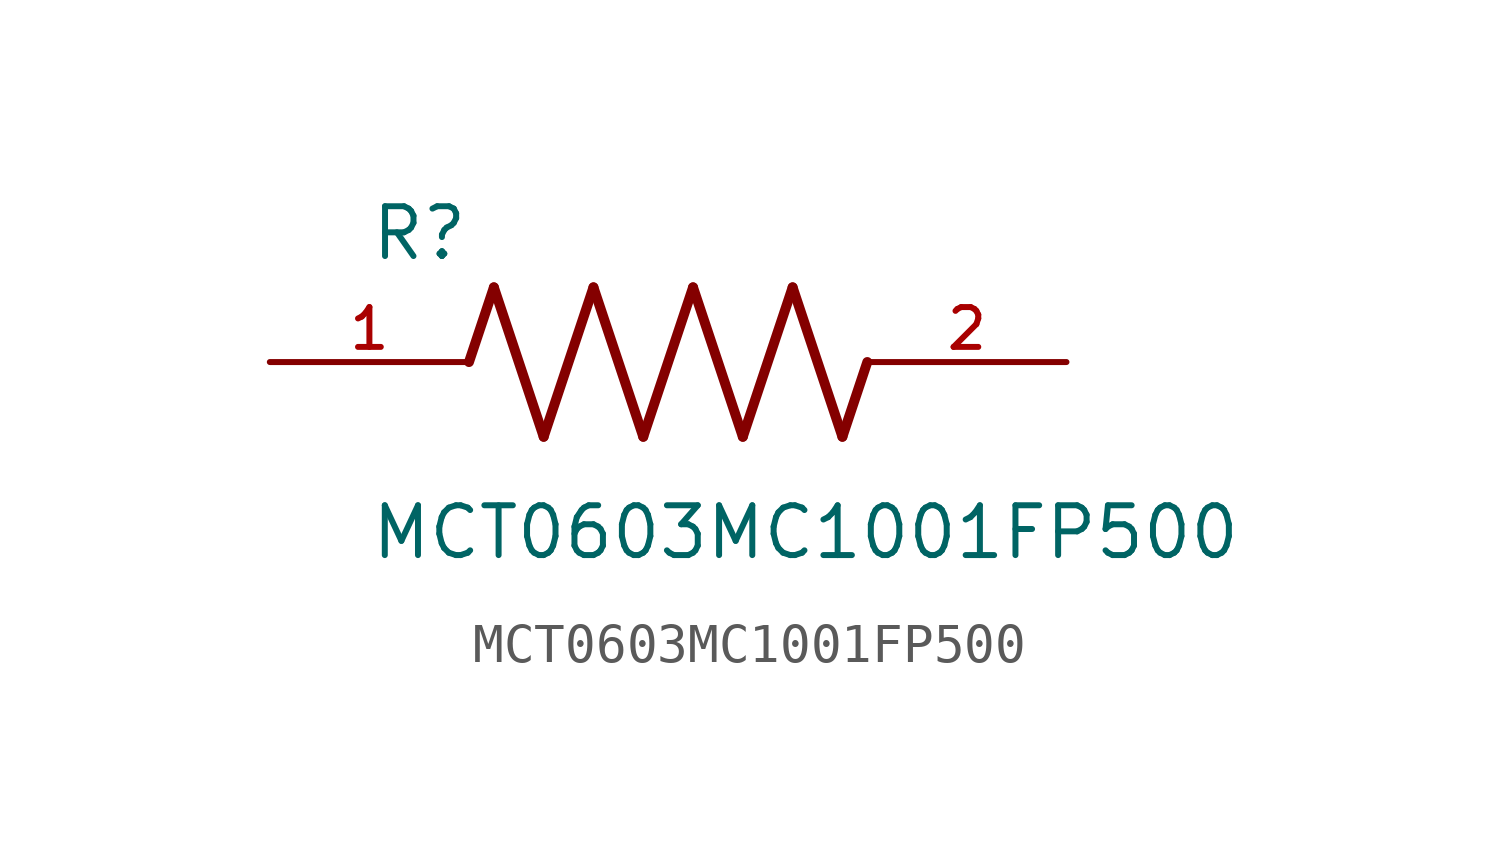
<source format=kicad_sym>
(kicad_symbol_lib
  (version 20211014)
  (generator kicad_symbol_editor)
  (symbol "MCT0603MC1001FP500"
    (pin_names
      (offset 1.016))
    (property "Reference" "R"
      (at -7.624 2.541 0)
      (effects (font (size 1.27 1.27)) (justify bottom left)))
    (property "Value" "MCT0603MC1001FP500"
      (at -7.63 -5.087 0)
      (effects (font (size 1.27 1.27)) (justify bottom left)))
    (symbol "MCT0603MC1001FP500_0_0"
      (polyline (pts (xy -5.08 0.0) (xy -4.445 1.905)) (stroke (width 0.254)))
      (polyline (pts (xy -4.445 1.905) (xy -3.175 -1.905)) (stroke (width 0.254)))
      (polyline (pts (xy -3.175 -1.905) (xy -1.905 1.905)) (stroke (width 0.254)))
      (polyline (pts (xy -1.905 1.905) (xy -0.635 -1.905)) (stroke (width 0.254)))
      (polyline (pts (xy -0.635 -1.905) (xy 0.635 1.905)) (stroke (width 0.254)))
      (polyline (pts (xy 0.635 1.905) (xy 1.905 -1.905)) (stroke (width 0.254)))
      (polyline (pts (xy 1.905 -1.905) (xy 3.175 1.905)) (stroke (width 0.254)))
      (polyline (pts (xy 3.175 1.905) (xy 4.445 -1.905)) (stroke (width 0.254)))
      (polyline (pts (xy 4.445 -1.905) (xy 5.08 0.0)) (stroke (width 0.254)))
      (pin passive line (at -10.16 0.0 0) (length 5.08) (name "~" (effects (font (size 1.016 1.016)))) (number "1" (effects (font (size 1.016 1.016)))))
      (pin passive line (at 10.16 0.0 180.0) (length 5.08) (name "~" (effects (font (size 1.016 1.016)))) (number "2" (effects (font (size 1.016 1.016))))))))
</source>
